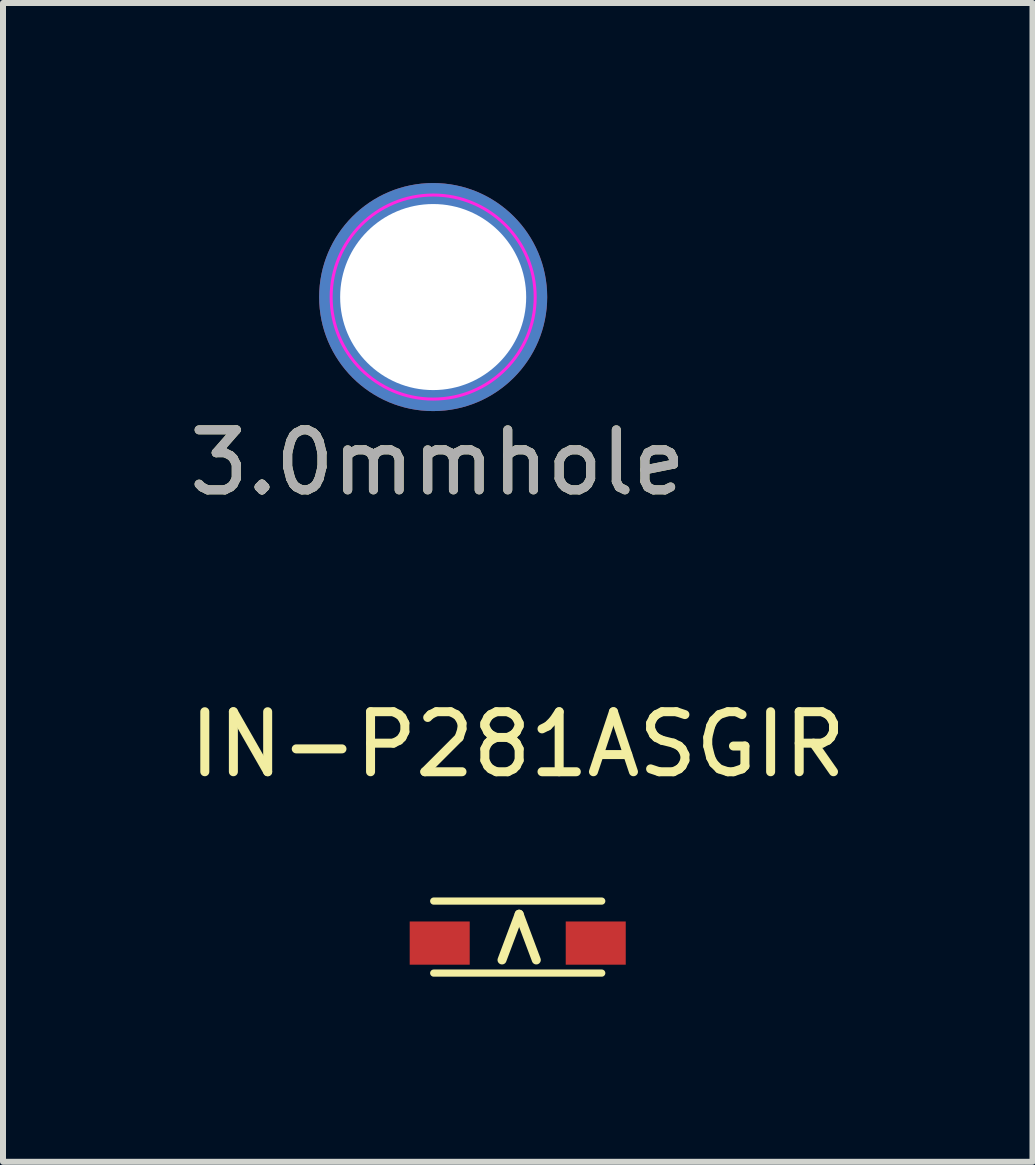
<source format=kicad_pcb>
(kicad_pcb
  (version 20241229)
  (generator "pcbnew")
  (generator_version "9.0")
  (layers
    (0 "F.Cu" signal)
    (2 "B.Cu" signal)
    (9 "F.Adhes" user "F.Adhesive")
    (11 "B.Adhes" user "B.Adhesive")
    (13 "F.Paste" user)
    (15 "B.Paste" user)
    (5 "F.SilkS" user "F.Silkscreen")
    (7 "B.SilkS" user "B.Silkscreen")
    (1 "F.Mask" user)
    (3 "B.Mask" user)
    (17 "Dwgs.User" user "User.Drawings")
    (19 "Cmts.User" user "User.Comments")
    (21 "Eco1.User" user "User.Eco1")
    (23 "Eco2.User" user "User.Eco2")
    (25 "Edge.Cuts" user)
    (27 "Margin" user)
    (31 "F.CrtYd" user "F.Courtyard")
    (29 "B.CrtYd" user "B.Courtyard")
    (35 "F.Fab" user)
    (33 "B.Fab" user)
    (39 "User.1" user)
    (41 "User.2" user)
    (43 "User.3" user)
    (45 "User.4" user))
  (footprint "IN-P281ASGIR"
    (layer "F.Cu")
    (at 5.577 12.665)
    (property "Reference" "IN-P281ASGIR" (at 0 -3.31 0) (layer "F.SilkS") (effects (font (size 1 1) (thickness 0.15))))
    (attr through_hole)
    (fp_line (start -1.4 -0.7) (end 1.4 -0.7) (stroke (width 0.12) (type solid)) (layer "F.SilkS"))
    (fp_line (start -1.4 0.5) (end 1.4 0.5) (stroke (width 0.12) (type solid)) (layer "F.SilkS"))
    (fp_text user ">" (at -0.05 -0.1 90) (layer "F.SilkS") (effects (font (size 1 1) (thickness 0.15))))
    (pad "1" smd rect (at 1.3 0) (size 1 0.72) (layers "F.Cu" "F.Mask" "F.Paste"))
    (pad "2" smd rect (at -1.3 0) (size 1 0.72) (layers "F.Cu" "F.Mask" "F.Paste")))
  (footprint "3.0mmhole"
    (layer "F.Cu")
    (at 4.168 1.9)
    (property "Reference" "3.0mmhole" (at 0.076 2.758 0) (layer "F.SilkS") (effects (font (size 1 1) (thickness 0.15))))
    (attr through_hole)
    (fp_circle (center 0 0) (end 1.7 0) (stroke (width 0.05) (type solid)) (fill no) (layer "F.CrtYd"))
    (fp_circle (center 0 0) (end 0.5 0) (stroke (width 0.12) (type solid)) (fill no) (layer "F.Fab"))
    (fp_circle (center 0 0) (end 1.2 0) (stroke (width 0.12) (type solid)) (fill no) (layer "F.Fab"))
    (fp_text user "${REFERENCE}" (at 0.076 2.758 0) (layer "F.Fab") (effects (font (size 1 1) (thickness 0.15))))
    (pad "1" thru_hole circle (at 0 0) (size 3.8 3.8) (drill 3.1) (layers "*.Cu" "*.Mask")))
  (gr_rect
    (start -3 -3)
    (end 14.155 16.309)
    (stroke (width 0.1) (type default))
    (fill no)
    (layer "Edge.Cuts")))
</source>
